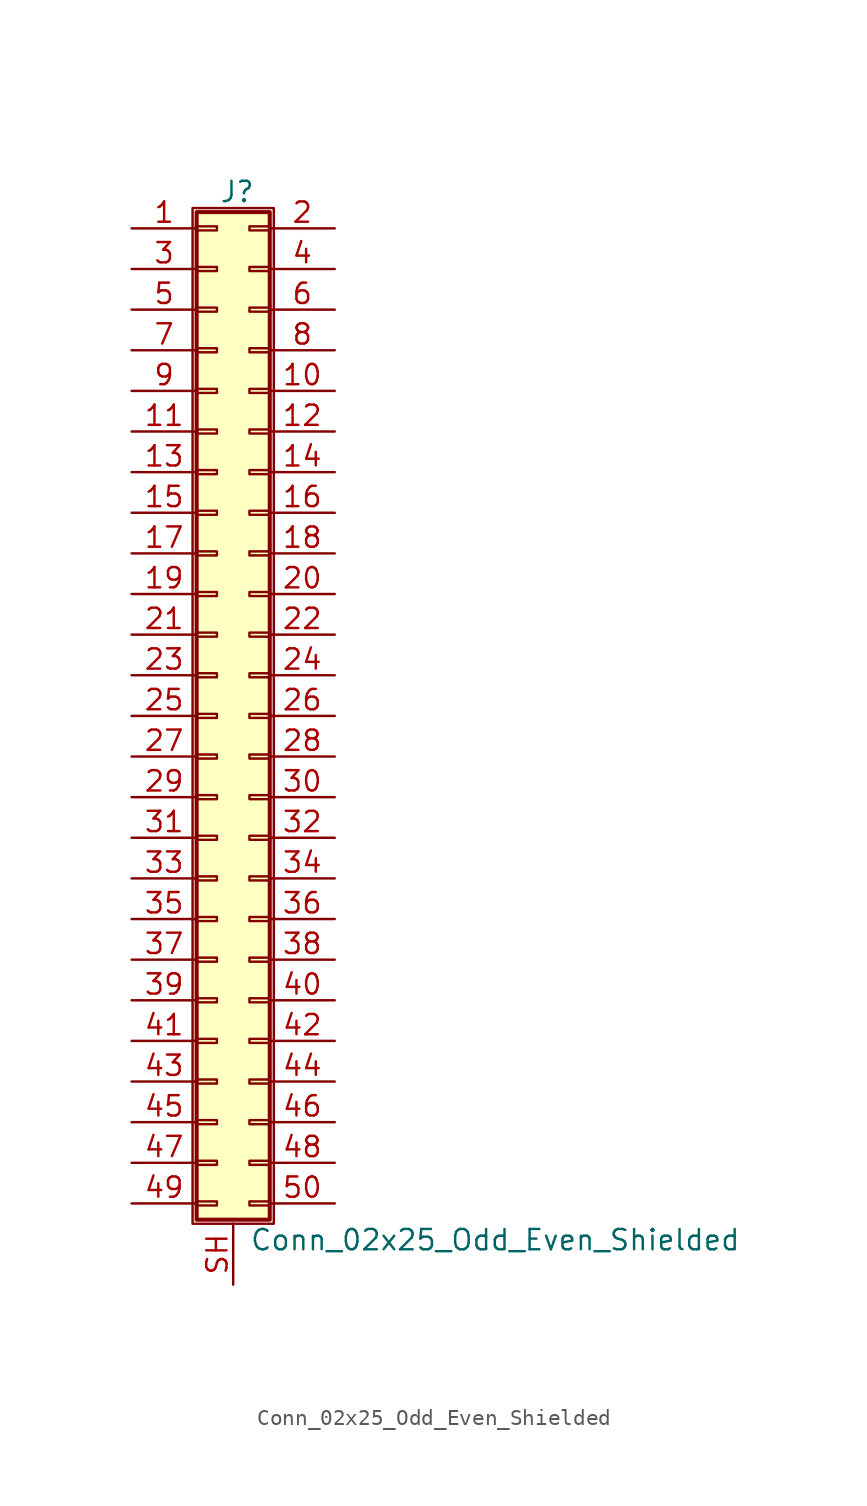
<source format=kicad_sym>
(kicad_symbol_lib
  (version 20201005)
  (generator kicad_symbol_editor)
  (symbol "Conn_02x25_Odd_Even_Shielded"
    (pin_names
      (offset 1.016) hide)
    (property "Reference" "J"
      (at 1.524 32.766 0)
      (effects (font (size 1.27 1.27))))
    (property "Value" "Conn_02x25_Odd_Even_Shielded"
      (at 2.286 -32.766 0)
      (effects (font (size 1.27 1.27)) (justify left)))
    (symbol "Conn_02x25_Odd_Even_Shielded_1_1"
      (rectangle (start -1.27 31.75) (end 3.81 -31.75) (stroke (width 0.152)) (fill (type none)))
      (rectangle (start -1.016 -30.353) (end 0.254 -30.607) (stroke (width 0.152)) (fill (type none)))
      (rectangle (start -1.016 -27.813) (end 0.254 -28.067) (stroke (width 0.152)) (fill (type none)))
      (rectangle (start -1.016 -25.273) (end 0.254 -25.527) (stroke (width 0.152)) (fill (type none)))
      (rectangle (start -1.016 -22.733) (end 0.254 -22.987) (stroke (width 0.152)) (fill (type none)))
      (rectangle (start -1.016 -20.193) (end 0.254 -20.447) (stroke (width 0.152)) (fill (type none)))
      (rectangle (start -1.016 -17.653) (end 0.254 -17.907) (stroke (width 0.152)) (fill (type none)))
      (rectangle (start -1.016 -15.113) (end 0.254 -15.367) (stroke (width 0.152)) (fill (type none)))
      (rectangle (start -1.016 -12.573) (end 0.254 -12.827) (stroke (width 0.152)) (fill (type none)))
      (rectangle (start -1.016 -10.033) (end 0.254 -10.287) (stroke (width 0.152)) (fill (type none)))
      (rectangle (start -1.016 -7.493) (end 0.254 -7.747) (stroke (width 0.152)) (fill (type none)))
      (rectangle (start -1.016 -4.953) (end 0.254 -5.207) (stroke (width 0.152)) (fill (type none)))
      (rectangle (start -1.016 -2.413) (end 0.254 -2.667) (stroke (width 0.152)) (fill (type none)))
      (rectangle (start -1.016 0.127) (end 0.254 -0.127) (stroke (width 0.152)) (fill (type none)))
      (rectangle (start -1.016 2.667) (end 0.254 2.413) (stroke (width 0.152)) (fill (type none)))
      (rectangle (start -1.016 5.207) (end 0.254 4.953) (stroke (width 0.152)) (fill (type none)))
      (rectangle (start -1.016 7.747) (end 0.254 7.493) (stroke (width 0.152)) (fill (type none)))
      (rectangle (start -1.016 10.287) (end 0.254 10.033) (stroke (width 0.152)) (fill (type none)))
      (rectangle (start -1.016 12.827) (end 0.254 12.573) (stroke (width 0.152)) (fill (type none)))
      (rectangle (start -1.016 15.367) (end 0.254 15.113) (stroke (width 0.152)) (fill (type none)))
      (rectangle (start -1.016 17.907) (end 0.254 17.653) (stroke (width 0.152)) (fill (type none)))
      (rectangle (start -1.016 20.447) (end 0.254 20.193) (stroke (width 0.152)) (fill (type none)))
      (rectangle (start -1.016 22.987) (end 0.254 22.733) (stroke (width 0.152)) (fill (type none)))
      (rectangle (start -1.016 25.527) (end 0.254 25.273) (stroke (width 0.152)) (fill (type none)))
      (rectangle (start -1.016 28.067) (end 0.254 27.813) (stroke (width 0.152)) (fill (type none)))
      (rectangle (start -1.016 30.607) (end 0.254 30.353) (stroke (width 0.152)) (fill (type none)))
      (rectangle (start 3.556 -30.353) (end 2.286 -30.607) (stroke (width 0.152)) (fill (type none)))
      (rectangle (start 3.556 -27.813) (end 2.286 -28.067) (stroke (width 0.152)) (fill (type none)))
      (rectangle (start 3.556 -25.273) (end 2.286 -25.527) (stroke (width 0.152)) (fill (type none)))
      (rectangle (start 3.556 -22.733) (end 2.286 -22.987) (stroke (width 0.152)) (fill (type none)))
      (rectangle (start 3.556 -20.193) (end 2.286 -20.447) (stroke (width 0.152)) (fill (type none)))
      (rectangle (start 3.556 -17.653) (end 2.286 -17.907) (stroke (width 0.152)) (fill (type none)))
      (rectangle (start 3.556 -15.113) (end 2.286 -15.367) (stroke (width 0.152)) (fill (type none)))
      (rectangle (start 3.556 -12.573) (end 2.286 -12.827) (stroke (width 0.152)) (fill (type none)))
      (rectangle (start 3.556 -10.033) (end 2.286 -10.287) (stroke (width 0.152)) (fill (type none)))
      (rectangle (start 3.556 -7.493) (end 2.286 -7.747) (stroke (width 0.152)) (fill (type none)))
      (rectangle (start 3.556 -4.953) (end 2.286 -5.207) (stroke (width 0.152)) (fill (type none)))
      (rectangle (start 3.556 -2.413) (end 2.286 -2.667) (stroke (width 0.152)) (fill (type none)))
      (rectangle (start 3.556 0.127) (end 2.286 -0.127) (stroke (width 0.152)) (fill (type none)))
      (rectangle (start 3.556 2.667) (end 2.286 2.413) (stroke (width 0.152)) (fill (type none)))
      (rectangle (start 3.556 5.207) (end 2.286 4.953) (stroke (width 0.152)) (fill (type none)))
      (rectangle (start 3.556 7.747) (end 2.286 7.493) (stroke (width 0.152)) (fill (type none)))
      (rectangle (start 3.556 10.287) (end 2.286 10.033) (stroke (width 0.152)) (fill (type none)))
      (rectangle (start 3.556 12.827) (end 2.286 12.573) (stroke (width 0.152)) (fill (type none)))
      (rectangle (start 3.556 15.367) (end 2.286 15.113) (stroke (width 0.152)) (fill (type none)))
      (rectangle (start 3.556 17.907) (end 2.286 17.653) (stroke (width 0.152)) (fill (type none)))
      (rectangle (start 3.556 20.447) (end 2.286 20.193) (stroke (width 0.152)) (fill (type none)))
      (rectangle (start 3.556 22.987) (end 2.286 22.733) (stroke (width 0.152)) (fill (type none)))
      (rectangle (start 3.556 25.527) (end 2.286 25.273) (stroke (width 0.152)) (fill (type none)))
      (rectangle (start 3.556 28.067) (end 2.286 27.813) (stroke (width 0.152)) (fill (type none)))
      (rectangle (start 3.556 30.607) (end 2.286 30.353) (stroke (width 0.152)) (fill (type none)))
      (rectangle (start -1.016 31.496) (end 3.556 -31.496) (stroke (width 0.254)) (fill (type background)))
      (pin passive line (at -5.08 30.48 0) (length 4.064) (name "Pin_1" (effects (font (size 1.27 1.27)))) (number "1" (effects (font (size 1.27 1.27)))))
      (pin passive line (at 7.62 20.32 180) (length 4.064) (name "Pin_10" (effects (font (size 1.27 1.27)))) (number "10" (effects (font (size 1.27 1.27)))))
      (pin passive line (at -5.08 17.78 0) (length 4.064) (name "Pin_11" (effects (font (size 1.27 1.27)))) (number "11" (effects (font (size 1.27 1.27)))))
      (pin passive line (at 7.62 17.78 180) (length 4.064) (name "Pin_12" (effects (font (size 1.27 1.27)))) (number "12" (effects (font (size 1.27 1.27)))))
      (pin passive line (at -5.08 15.24 0) (length 4.064) (name "Pin_13" (effects (font (size 1.27 1.27)))) (number "13" (effects (font (size 1.27 1.27)))))
      (pin passive line (at 7.62 15.24 180) (length 4.064) (name "Pin_14" (effects (font (size 1.27 1.27)))) (number "14" (effects (font (size 1.27 1.27)))))
      (pin passive line (at -5.08 12.7 0) (length 4.064) (name "Pin_15" (effects (font (size 1.27 1.27)))) (number "15" (effects (font (size 1.27 1.27)))))
      (pin passive line (at 7.62 12.7 180) (length 4.064) (name "Pin_16" (effects (font (size 1.27 1.27)))) (number "16" (effects (font (size 1.27 1.27)))))
      (pin passive line (at -5.08 10.16 0) (length 4.064) (name "Pin_17" (effects (font (size 1.27 1.27)))) (number "17" (effects (font (size 1.27 1.27)))))
      (pin passive line (at 7.62 10.16 180) (length 4.064) (name "Pin_18" (effects (font (size 1.27 1.27)))) (number "18" (effects (font (size 1.27 1.27)))))
      (pin passive line (at -5.08 7.62 0) (length 4.064) (name "Pin_19" (effects (font (size 1.27 1.27)))) (number "19" (effects (font (size 1.27 1.27)))))
      (pin passive line (at 7.62 30.48 180) (length 4.064) (name "Pin_2" (effects (font (size 1.27 1.27)))) (number "2" (effects (font (size 1.27 1.27)))))
      (pin passive line (at 7.62 7.62 180) (length 4.064) (name "Pin_20" (effects (font (size 1.27 1.27)))) (number "20" (effects (font (size 1.27 1.27)))))
      (pin passive line (at -5.08 5.08 0) (length 4.064) (name "Pin_21" (effects (font (size 1.27 1.27)))) (number "21" (effects (font (size 1.27 1.27)))))
      (pin passive line (at 7.62 5.08 180) (length 4.064) (name "Pin_22" (effects (font (size 1.27 1.27)))) (number "22" (effects (font (size 1.27 1.27)))))
      (pin passive line (at -5.08 2.54 0) (length 4.064) (name "Pin_23" (effects (font (size 1.27 1.27)))) (number "23" (effects (font (size 1.27 1.27)))))
      (pin passive line (at 7.62 2.54 180) (length 4.064) (name "Pin_24" (effects (font (size 1.27 1.27)))) (number "24" (effects (font (size 1.27 1.27)))))
      (pin passive line (at -5.08 0 0) (length 4.064) (name "Pin_25" (effects (font (size 1.27 1.27)))) (number "25" (effects (font (size 1.27 1.27)))))
      (pin passive line (at 7.62 0 180) (length 4.064) (name "Pin_26" (effects (font (size 1.27 1.27)))) (number "26" (effects (font (size 1.27 1.27)))))
      (pin passive line (at -5.08 -2.54 0) (length 4.064) (name "Pin_27" (effects (font (size 1.27 1.27)))) (number "27" (effects (font (size 1.27 1.27)))))
      (pin passive line (at 7.62 -2.54 180) (length 4.064) (name "Pin_28" (effects (font (size 1.27 1.27)))) (number "28" (effects (font (size 1.27 1.27)))))
      (pin passive line (at -5.08 -5.08 0) (length 4.064) (name "Pin_29" (effects (font (size 1.27 1.27)))) (number "29" (effects (font (size 1.27 1.27)))))
      (pin passive line (at -5.08 27.94 0) (length 4.064) (name "Pin_3" (effects (font (size 1.27 1.27)))) (number "3" (effects (font (size 1.27 1.27)))))
      (pin passive line (at 7.62 -5.08 180) (length 4.064) (name "Pin_30" (effects (font (size 1.27 1.27)))) (number "30" (effects (font (size 1.27 1.27)))))
      (pin passive line (at -5.08 -7.62 0) (length 4.064) (name "Pin_31" (effects (font (size 1.27 1.27)))) (number "31" (effects (font (size 1.27 1.27)))))
      (pin passive line (at 7.62 -7.62 180) (length 4.064) (name "Pin_32" (effects (font (size 1.27 1.27)))) (number "32" (effects (font (size 1.27 1.27)))))
      (pin passive line (at -5.08 -10.16 0) (length 4.064) (name "Pin_33" (effects (font (size 1.27 1.27)))) (number "33" (effects (font (size 1.27 1.27)))))
      (pin passive line (at 7.62 -10.16 180) (length 4.064) (name "Pin_34" (effects (font (size 1.27 1.27)))) (number "34" (effects (font (size 1.27 1.27)))))
      (pin passive line (at -5.08 -12.7 0) (length 4.064) (name "Pin_35" (effects (font (size 1.27 1.27)))) (number "35" (effects (font (size 1.27 1.27)))))
      (pin passive line (at 7.62 -12.7 180) (length 4.064) (name "Pin_36" (effects (font (size 1.27 1.27)))) (number "36" (effects (font (size 1.27 1.27)))))
      (pin passive line (at -5.08 -15.24 0) (length 4.064) (name "Pin_37" (effects (font (size 1.27 1.27)))) (number "37" (effects (font (size 1.27 1.27)))))
      (pin passive line (at 7.62 -15.24 180) (length 4.064) (name "Pin_38" (effects (font (size 1.27 1.27)))) (number "38" (effects (font (size 1.27 1.27)))))
      (pin passive line (at -5.08 -17.78 0) (length 4.064) (name "Pin_39" (effects (font (size 1.27 1.27)))) (number "39" (effects (font (size 1.27 1.27)))))
      (pin passive line (at 7.62 27.94 180) (length 4.064) (name "Pin_4" (effects (font (size 1.27 1.27)))) (number "4" (effects (font (size 1.27 1.27)))))
      (pin passive line (at 7.62 -17.78 180) (length 4.064) (name "Pin_40" (effects (font (size 1.27 1.27)))) (number "40" (effects (font (size 1.27 1.27)))))
      (pin passive line (at -5.08 -20.32 0) (length 4.064) (name "Pin_41" (effects (font (size 1.27 1.27)))) (number "41" (effects (font (size 1.27 1.27)))))
      (pin passive line (at 7.62 -20.32 180) (length 4.064) (name "Pin_42" (effects (font (size 1.27 1.27)))) (number "42" (effects (font (size 1.27 1.27)))))
      (pin passive line (at -5.08 -22.86 0) (length 4.064) (name "Pin_43" (effects (font (size 1.27 1.27)))) (number "43" (effects (font (size 1.27 1.27)))))
      (pin passive line (at 7.62 -22.86 180) (length 4.064) (name "Pin_44" (effects (font (size 1.27 1.27)))) (number "44" (effects (font (size 1.27 1.27)))))
      (pin passive line (at -5.08 -25.4 0) (length 4.064) (name "Pin_45" (effects (font (size 1.27 1.27)))) (number "45" (effects (font (size 1.27 1.27)))))
      (pin passive line (at 7.62 -25.4 180) (length 4.064) (name "Pin_46" (effects (font (size 1.27 1.27)))) (number "46" (effects (font (size 1.27 1.27)))))
      (pin passive line (at -5.08 -27.94 0) (length 4.064) (name "Pin_47" (effects (font (size 1.27 1.27)))) (number "47" (effects (font (size 1.27 1.27)))))
      (pin passive line (at 7.62 -27.94 180) (length 4.064) (name "Pin_48" (effects (font (size 1.27 1.27)))) (number "48" (effects (font (size 1.27 1.27)))))
      (pin passive line (at -5.08 -30.48 0) (length 4.064) (name "Pin_49" (effects (font (size 1.27 1.27)))) (number "49" (effects (font (size 1.27 1.27)))))
      (pin passive line (at -5.08 25.4 0) (length 4.064) (name "Pin_5" (effects (font (size 1.27 1.27)))) (number "5" (effects (font (size 1.27 1.27)))))
      (pin passive line (at 7.62 -30.48 180) (length 4.064) (name "Pin_50" (effects (font (size 1.27 1.27)))) (number "50" (effects (font (size 1.27 1.27)))))
      (pin passive line (at 7.62 25.4 180) (length 4.064) (name "Pin_6" (effects (font (size 1.27 1.27)))) (number "6" (effects (font (size 1.27 1.27)))))
      (pin passive line (at -5.08 22.86 0) (length 4.064) (name "Pin_7" (effects (font (size 1.27 1.27)))) (number "7" (effects (font (size 1.27 1.27)))))
      (pin passive line (at 7.62 22.86 180) (length 4.064) (name "Pin_8" (effects (font (size 1.27 1.27)))) (number "8" (effects (font (size 1.27 1.27)))))
      (pin passive line (at -5.08 20.32 0) (length 4.064) (name "Pin_9" (effects (font (size 1.27 1.27)))) (number "9" (effects (font (size 1.27 1.27)))))
      (pin passive line (at 1.27 -35.56 90) (length 3.81) (name "Shield" (effects (font (size 1.27 1.27)))) (number "SH" (effects (font (size 1.27 1.27))))))))
</source>
